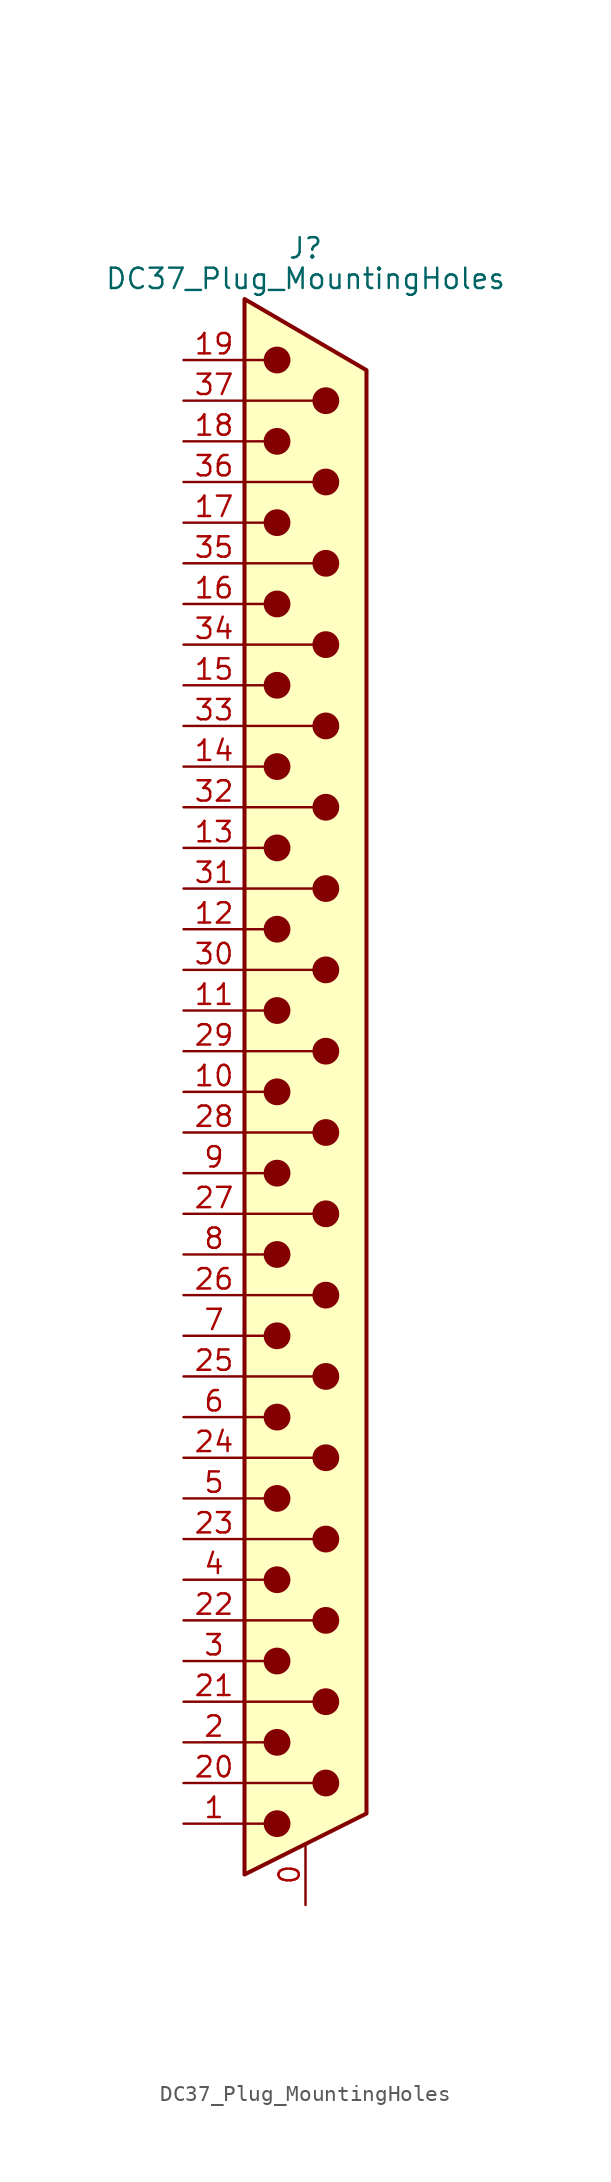
<source format=kicad_sym>
(kicad_symbol_lib
  (version 20241209)
  (generator "kicad_symbol_editor")
  (generator_version "9.0")
  (symbol "DC37_Plug_MountingHoles"
    (pin_names
      (offset 1.016)
      (hide yes))
    (property "Reference" "J"
      (at 0 52.705 0)
      (effects (font (size 1.27 1.27))))
    (property "Value" "DC37_Plug_MountingHoles"
      (at 0 50.8 0)
      (effects (font (size 1.27 1.27))))
    (symbol "DC37_Plug_MountingHoles_0_1"
      (polyline (pts (xy -3.81 49.53) (xy 3.81 45.085) (xy 3.81 -45.085) (xy -3.81 -48.895) (xy -3.81 49.53)) (stroke (width 0.254) (type default)) (fill (type background)))
      (polyline (pts (xy -3.81 45.72) (xy -2.54 45.72)) (stroke (width 0) (type default)) (fill (type none)))
      (polyline (pts (xy -3.81 43.18) (xy 0.508 43.18)) (stroke (width 0) (type default)) (fill (type none)))
      (polyline (pts (xy -3.81 40.64) (xy -2.54 40.64)) (stroke (width 0) (type default)) (fill (type none)))
      (polyline (pts (xy -3.81 38.1) (xy 0.508 38.1)) (stroke (width 0) (type default)) (fill (type none)))
      (polyline (pts (xy -3.81 35.56) (xy -2.54 35.56)) (stroke (width 0) (type default)) (fill (type none)))
      (polyline (pts (xy -3.81 33.02) (xy 0.508 33.02)) (stroke (width 0) (type default)) (fill (type none)))
      (polyline (pts (xy -3.81 30.48) (xy -2.54 30.48)) (stroke (width 0) (type default)) (fill (type none)))
      (polyline (pts (xy -3.81 27.94) (xy 0.508 27.94)) (stroke (width 0) (type default)) (fill (type none)))
      (polyline (pts (xy -3.81 25.4) (xy -2.54 25.4)) (stroke (width 0) (type default)) (fill (type none)))
      (polyline (pts (xy -3.81 22.86) (xy 0.508 22.86)) (stroke (width 0) (type default)) (fill (type none)))
      (polyline (pts (xy -3.81 20.32) (xy -2.54 20.32)) (stroke (width 0) (type default)) (fill (type none)))
      (polyline (pts (xy -3.81 17.78) (xy 0.508 17.78)) (stroke (width 0) (type default)) (fill (type none)))
      (polyline (pts (xy -3.81 15.24) (xy -2.54 15.24)) (stroke (width 0) (type default)) (fill (type none)))
      (polyline (pts (xy -3.81 12.7) (xy 0.508 12.7)) (stroke (width 0) (type default)) (fill (type none)))
      (polyline (pts (xy -3.81 10.16) (xy -2.54 10.16)) (stroke (width 0) (type default)) (fill (type none)))
      (polyline (pts (xy -3.81 7.62) (xy 0.508 7.62)) (stroke (width 0) (type default)) (fill (type none)))
      (polyline (pts (xy -3.81 5.08) (xy -2.54 5.08)) (stroke (width 0) (type default)) (fill (type none)))
      (polyline (pts (xy -3.81 2.54) (xy 0.508 2.54)) (stroke (width 0) (type default)) (fill (type none)))
      (polyline (pts (xy -3.81 0) (xy -2.54 0)) (stroke (width 0) (type default)) (fill (type none)))
      (polyline (pts (xy -3.81 -2.54) (xy 0.508 -2.54)) (stroke (width 0) (type default)) (fill (type none)))
      (polyline (pts (xy -3.81 -5.08) (xy -2.54 -5.08)) (stroke (width 0) (type default)) (fill (type none)))
      (polyline (pts (xy -3.81 -7.62) (xy 0.508 -7.62)) (stroke (width 0) (type default)) (fill (type none)))
      (polyline (pts (xy -3.81 -10.16) (xy -2.54 -10.16)) (stroke (width 0) (type default)) (fill (type none)))
      (polyline (pts (xy -3.81 -12.7) (xy 0.508 -12.7)) (stroke (width 0) (type default)) (fill (type none)))
      (polyline (pts (xy -3.81 -15.24) (xy -2.54 -15.24)) (stroke (width 0) (type default)) (fill (type none)))
      (polyline (pts (xy -3.81 -17.78) (xy 0.508 -17.78)) (stroke (width 0) (type default)) (fill (type none)))
      (polyline (pts (xy -3.81 -20.32) (xy -2.54 -20.32)) (stroke (width 0) (type default)) (fill (type none)))
      (polyline (pts (xy -3.81 -22.86) (xy 0.508 -22.86)) (stroke (width 0) (type default)) (fill (type none)))
      (polyline (pts (xy -3.81 -25.4) (xy -2.54 -25.4)) (stroke (width 0) (type default)) (fill (type none)))
      (polyline (pts (xy -3.81 -27.94) (xy 0.508 -27.94)) (stroke (width 0) (type default)) (fill (type none)))
      (polyline (pts (xy -3.81 -30.48) (xy -2.54 -30.48)) (stroke (width 0) (type default)) (fill (type none)))
      (polyline (pts (xy -3.81 -33.02) (xy 0.508 -33.02)) (stroke (width 0) (type default)) (fill (type none)))
      (polyline (pts (xy -3.81 -35.56) (xy -2.54 -35.56)) (stroke (width 0) (type default)) (fill (type none)))
      (polyline (pts (xy -3.81 -38.1) (xy 0.508 -38.1)) (stroke (width 0) (type default)) (fill (type none)))
      (polyline (pts (xy -3.81 -40.64) (xy -2.54 -40.64)) (stroke (width 0) (type default)) (fill (type none)))
      (polyline (pts (xy -3.81 -43.18) (xy 0.508 -43.18)) (stroke (width 0) (type default)) (fill (type none)))
      (polyline (pts (xy -3.81 -45.72) (xy -2.54 -45.72)) (stroke (width 0) (type default)) (fill (type none)))
      (circle (center -1.778 45.72) (radius 0.762) (stroke (width 0) (type default)) (fill (type outline)))
      (circle (center -1.778 40.64) (radius 0.762) (stroke (width 0) (type default)) (fill (type outline)))
      (circle (center -1.778 35.56) (radius 0.762) (stroke (width 0) (type default)) (fill (type outline)))
      (circle (center -1.778 30.48) (radius 0.762) (stroke (width 0) (type default)) (fill (type outline)))
      (circle (center -1.778 25.4) (radius 0.762) (stroke (width 0) (type default)) (fill (type outline)))
      (circle (center -1.778 20.32) (radius 0.762) (stroke (width 0) (type default)) (fill (type outline)))
      (circle (center -1.778 15.24) (radius 0.762) (stroke (width 0) (type default)) (fill (type outline)))
      (circle (center -1.778 10.16) (radius 0.762) (stroke (width 0) (type default)) (fill (type outline)))
      (circle (center -1.778 5.08) (radius 0.762) (stroke (width 0) (type default)) (fill (type outline)))
      (circle (center -1.778 0) (radius 0.762) (stroke (width 0) (type default)) (fill (type outline)))
      (circle (center -1.778 -5.08) (radius 0.762) (stroke (width 0) (type default)) (fill (type outline)))
      (circle (center -1.778 -10.16) (radius 0.762) (stroke (width 0) (type default)) (fill (type outline)))
      (circle (center -1.778 -15.24) (radius 0.762) (stroke (width 0) (type default)) (fill (type outline)))
      (circle (center -1.778 -20.32) (radius 0.762) (stroke (width 0) (type default)) (fill (type outline)))
      (circle (center -1.778 -25.4) (radius 0.762) (stroke (width 0) (type default)) (fill (type outline)))
      (circle (center -1.778 -30.48) (radius 0.762) (stroke (width 0) (type default)) (fill (type outline)))
      (circle (center -1.778 -35.56) (radius 0.762) (stroke (width 0) (type default)) (fill (type outline)))
      (circle (center -1.778 -40.64) (radius 0.762) (stroke (width 0) (type default)) (fill (type outline)))
      (circle (center -1.778 -45.72) (radius 0.762) (stroke (width 0) (type default)) (fill (type outline)))
      (circle (center 1.27 43.18) (radius 0.762) (stroke (width 0) (type default)) (fill (type outline)))
      (circle (center 1.27 38.1) (radius 0.762) (stroke (width 0) (type default)) (fill (type outline)))
      (circle (center 1.27 33.02) (radius 0.762) (stroke (width 0) (type default)) (fill (type outline)))
      (circle (center 1.27 27.94) (radius 0.762) (stroke (width 0) (type default)) (fill (type outline)))
      (circle (center 1.27 22.86) (radius 0.762) (stroke (width 0) (type default)) (fill (type outline)))
      (circle (center 1.27 17.78) (radius 0.762) (stroke (width 0) (type default)) (fill (type outline)))
      (circle (center 1.27 12.7) (radius 0.762) (stroke (width 0) (type default)) (fill (type outline)))
      (circle (center 1.27 7.62) (radius 0.762) (stroke (width 0) (type default)) (fill (type outline)))
      (circle (center 1.27 2.54) (radius 0.762) (stroke (width 0) (type default)) (fill (type outline)))
      (circle (center 1.27 -2.54) (radius 0.762) (stroke (width 0) (type default)) (fill (type outline)))
      (circle (center 1.27 -7.62) (radius 0.762) (stroke (width 0) (type default)) (fill (type outline)))
      (circle (center 1.27 -12.7) (radius 0.762) (stroke (width 0) (type default)) (fill (type outline)))
      (circle (center 1.27 -17.78) (radius 0.762) (stroke (width 0) (type default)) (fill (type outline)))
      (circle (center 1.27 -22.86) (radius 0.762) (stroke (width 0) (type default)) (fill (type outline)))
      (circle (center 1.27 -27.94) (radius 0.762) (stroke (width 0) (type default)) (fill (type outline)))
      (circle (center 1.27 -33.02) (radius 0.762) (stroke (width 0) (type default)) (fill (type outline)))
      (circle (center 1.27 -38.1) (radius 0.762) (stroke (width 0) (type default)) (fill (type outline)))
      (circle (center 1.27 -43.18) (radius 0.762) (stroke (width 0) (type default)) (fill (type outline))))
    (symbol "DC37_Plug_MountingHoles_1_1"
      (pin passive line (at -7.62 45.72 0) (length 3.81) (name "19" (effects (font (size 1.27 1.27)))) (number "19" (effects (font (size 1.27 1.27)))))
      (pin passive line (at -7.62 43.18 0) (length 3.81) (name "37" (effects (font (size 1.27 1.27)))) (number "37" (effects (font (size 1.27 1.27)))))
      (pin passive line (at -7.62 40.64 0) (length 3.81) (name "18" (effects (font (size 1.27 1.27)))) (number "18" (effects (font (size 1.27 1.27)))))
      (pin passive line (at -7.62 38.1 0) (length 3.81) (name "36" (effects (font (size 1.27 1.27)))) (number "36" (effects (font (size 1.27 1.27)))))
      (pin passive line (at -7.62 35.56 0) (length 3.81) (name "17" (effects (font (size 1.27 1.27)))) (number "17" (effects (font (size 1.27 1.27)))))
      (pin passive line (at -7.62 33.02 0) (length 3.81) (name "35" (effects (font (size 1.27 1.27)))) (number "35" (effects (font (size 1.27 1.27)))))
      (pin passive line (at -7.62 30.48 0) (length 3.81) (name "16" (effects (font (size 1.27 1.27)))) (number "16" (effects (font (size 1.27 1.27)))))
      (pin passive line (at -7.62 27.94 0) (length 3.81) (name "34" (effects (font (size 1.27 1.27)))) (number "34" (effects (font (size 1.27 1.27)))))
      (pin passive line (at -7.62 25.4 0) (length 3.81) (name "15" (effects (font (size 1.27 1.27)))) (number "15" (effects (font (size 1.27 1.27)))))
      (pin passive line (at -7.62 22.86 0) (length 3.81) (name "33" (effects (font (size 1.27 1.27)))) (number "33" (effects (font (size 1.27 1.27)))))
      (pin passive line (at -7.62 20.32 0) (length 3.81) (name "14" (effects (font (size 1.27 1.27)))) (number "14" (effects (font (size 1.27 1.27)))))
      (pin passive line (at -7.62 17.78 0) (length 3.81) (name "32" (effects (font (size 1.27 1.27)))) (number "32" (effects (font (size 1.27 1.27)))))
      (pin passive line (at -7.62 15.24 0) (length 3.81) (name "13" (effects (font (size 1.27 1.27)))) (number "13" (effects (font (size 1.27 1.27)))))
      (pin passive line (at -7.62 12.7 0) (length 3.81) (name "31" (effects (font (size 1.27 1.27)))) (number "31" (effects (font (size 1.27 1.27)))))
      (pin passive line (at -7.62 10.16 0) (length 3.81) (name "12" (effects (font (size 1.27 1.27)))) (number "12" (effects (font (size 1.27 1.27)))))
      (pin passive line (at -7.62 7.62 0) (length 3.81) (name "30" (effects (font (size 1.27 1.27)))) (number "30" (effects (font (size 1.27 1.27)))))
      (pin passive line (at -7.62 5.08 0) (length 3.81) (name "11" (effects (font (size 1.27 1.27)))) (number "11" (effects (font (size 1.27 1.27)))))
      (pin passive line (at -7.62 2.54 0) (length 3.81) (name "29" (effects (font (size 1.27 1.27)))) (number "29" (effects (font (size 1.27 1.27)))))
      (pin passive line (at -7.62 0 0) (length 3.81) (name "10" (effects (font (size 1.27 1.27)))) (number "10" (effects (font (size 1.27 1.27)))))
      (pin passive line (at -7.62 -2.54 0) (length 3.81) (name "28" (effects (font (size 1.27 1.27)))) (number "28" (effects (font (size 1.27 1.27)))))
      (pin passive line (at -7.62 -5.08 0) (length 3.81) (name "9" (effects (font (size 1.27 1.27)))) (number "9" (effects (font (size 1.27 1.27)))))
      (pin passive line (at -7.62 -7.62 0) (length 3.81) (name "27" (effects (font (size 1.27 1.27)))) (number "27" (effects (font (size 1.27 1.27)))))
      (pin passive line (at -7.62 -10.16 0) (length 3.81) (name "8" (effects (font (size 1.27 1.27)))) (number "8" (effects (font (size 1.27 1.27)))))
      (pin passive line (at -7.62 -12.7 0) (length 3.81) (name "26" (effects (font (size 1.27 1.27)))) (number "26" (effects (font (size 1.27 1.27)))))
      (pin passive line (at -7.62 -15.24 0) (length 3.81) (name "7" (effects (font (size 1.27 1.27)))) (number "7" (effects (font (size 1.27 1.27)))))
      (pin passive line (at -7.62 -17.78 0) (length 3.81) (name "25" (effects (font (size 1.27 1.27)))) (number "25" (effects (font (size 1.27 1.27)))))
      (pin passive line (at -7.62 -20.32 0) (length 3.81) (name "6" (effects (font (size 1.27 1.27)))) (number "6" (effects (font (size 1.27 1.27)))))
      (pin passive line (at -7.62 -22.86 0) (length 3.81) (name "24" (effects (font (size 1.27 1.27)))) (number "24" (effects (font (size 1.27 1.27)))))
      (pin passive line (at -7.62 -25.4 0) (length 3.81) (name "5" (effects (font (size 1.27 1.27)))) (number "5" (effects (font (size 1.27 1.27)))))
      (pin passive line (at -7.62 -27.94 0) (length 3.81) (name "23" (effects (font (size 1.27 1.27)))) (number "23" (effects (font (size 1.27 1.27)))))
      (pin passive line (at -7.62 -30.48 0) (length 3.81) (name "4" (effects (font (size 1.27 1.27)))) (number "4" (effects (font (size 1.27 1.27)))))
      (pin passive line (at -7.62 -33.02 0) (length 3.81) (name "22" (effects (font (size 1.27 1.27)))) (number "22" (effects (font (size 1.27 1.27)))))
      (pin passive line (at -7.62 -35.56 0) (length 3.81) (name "3" (effects (font (size 1.27 1.27)))) (number "3" (effects (font (size 1.27 1.27)))))
      (pin passive line (at -7.62 -38.1 0) (length 3.81) (name "21" (effects (font (size 1.27 1.27)))) (number "21" (effects (font (size 1.27 1.27)))))
      (pin passive line (at -7.62 -40.64 0) (length 3.81) (name "2" (effects (font (size 1.27 1.27)))) (number "2" (effects (font (size 1.27 1.27)))))
      (pin passive line (at -7.62 -43.18 0) (length 3.81) (name "20" (effects (font (size 1.27 1.27)))) (number "20" (effects (font (size 1.27 1.27)))))
      (pin passive line (at -7.62 -45.72 0) (length 3.81) (name "1" (effects (font (size 1.27 1.27)))) (number "1" (effects (font (size 1.27 1.27)))))
      (pin passive line (at 0 -50.8 90) (length 3.81) (name "PAD" (effects (font (size 1.27 1.27)))) (number "0" (effects (font (size 1.27 1.27))))))))
</source>
